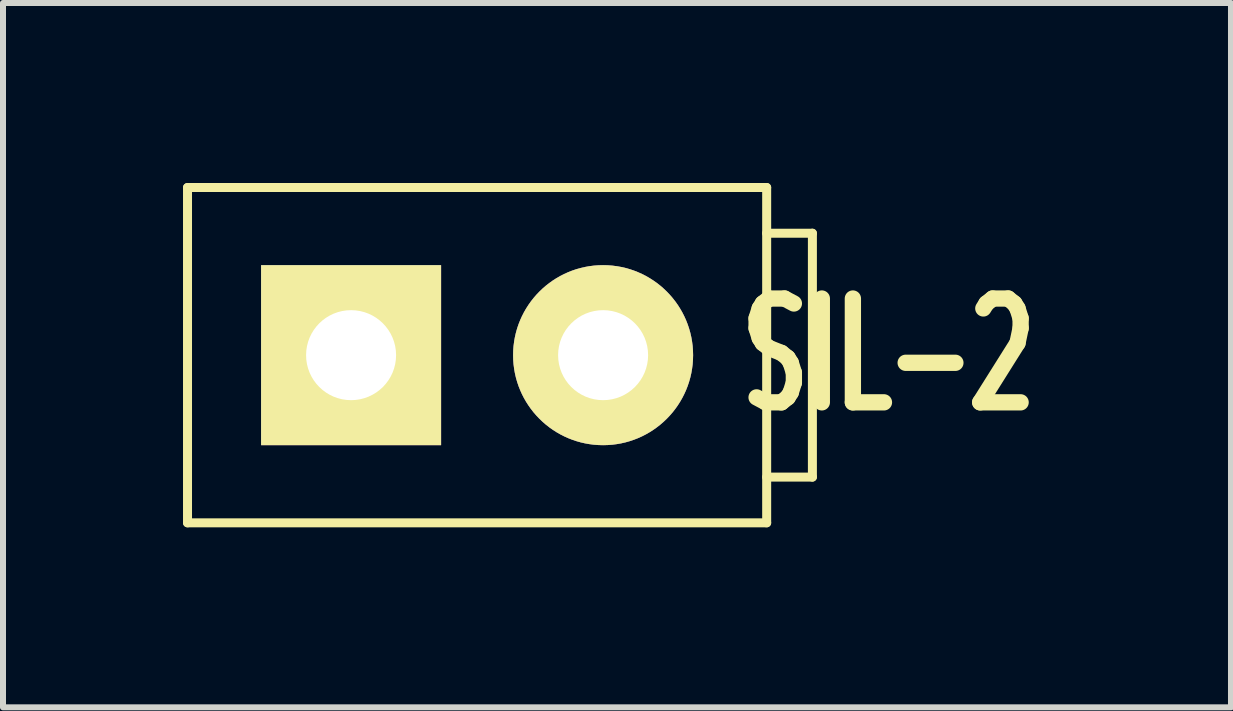
<source format=kicad_pcb>
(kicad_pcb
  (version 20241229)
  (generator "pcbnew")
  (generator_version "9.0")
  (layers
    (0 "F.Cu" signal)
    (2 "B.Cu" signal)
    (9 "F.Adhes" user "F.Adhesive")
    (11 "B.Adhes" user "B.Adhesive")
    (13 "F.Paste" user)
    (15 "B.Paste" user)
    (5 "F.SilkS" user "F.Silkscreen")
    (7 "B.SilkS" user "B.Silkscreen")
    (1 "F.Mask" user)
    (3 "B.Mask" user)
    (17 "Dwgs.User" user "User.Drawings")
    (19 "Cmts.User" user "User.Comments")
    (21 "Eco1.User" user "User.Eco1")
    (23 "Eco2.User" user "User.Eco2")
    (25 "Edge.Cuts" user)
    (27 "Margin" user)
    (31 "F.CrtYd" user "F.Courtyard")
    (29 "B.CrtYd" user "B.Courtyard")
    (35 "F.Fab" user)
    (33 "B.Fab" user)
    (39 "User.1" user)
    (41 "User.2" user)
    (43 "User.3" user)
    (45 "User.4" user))
  (footprint "SIL-2"
    (layer "F.Cu")
    (at 4.901 2.869)
    (property "Reference" "SIL-2" (at 6.858 0 0) (layer "F.SilkS") (effects (font (size 1.73 1.087) (thickness 0.305))))
    (attr through_hole)
    (fp_line (start -4.826 -2.794) (end -4.826 2.794) (stroke (width 0.15) (type solid)) (layer "F.SilkS"))
    (fp_line (start -4.826 2.794) (end 4.826 2.794) (stroke (width 0.15) (type solid)) (layer "F.SilkS"))
    (fp_line (start 4.826 -2.794) (end -4.826 -2.794) (stroke (width 0.15) (type solid)) (layer "F.SilkS"))
    (fp_line (start 4.826 -2.794) (end 4.826 2.794) (stroke (width 0.15) (type solid)) (layer "F.SilkS"))
    (fp_line (start 4.826 -2.032) (end 5.588 -2.032) (stroke (width 0.15) (type solid)) (layer "F.SilkS"))
    (fp_line (start 5.588 -2.032) (end 5.588 2.032) (stroke (width 0.15) (type solid)) (layer "F.SilkS"))
    (fp_line (start 5.588 2.032) (end 4.826 2.032) (stroke (width 0.15) (type solid)) (layer "F.SilkS"))
    (pad "1" thru_hole rect (at -2.1 0) (size 3 3) (drill 1.5) (layers "*.Cu" "*.Mask" "F.SilkS"))
    (pad "2" thru_hole circle (at 2.1 0) (size 3 3) (drill 1.5) (layers "*.Cu" "*.Mask" "F.SilkS")))
  (gr_rect
    (start -3 -3)
    (end 17.465 8.738)
    (stroke (width 0.1) (type default))
    (fill no)
    (layer "Edge.Cuts")))
</source>
